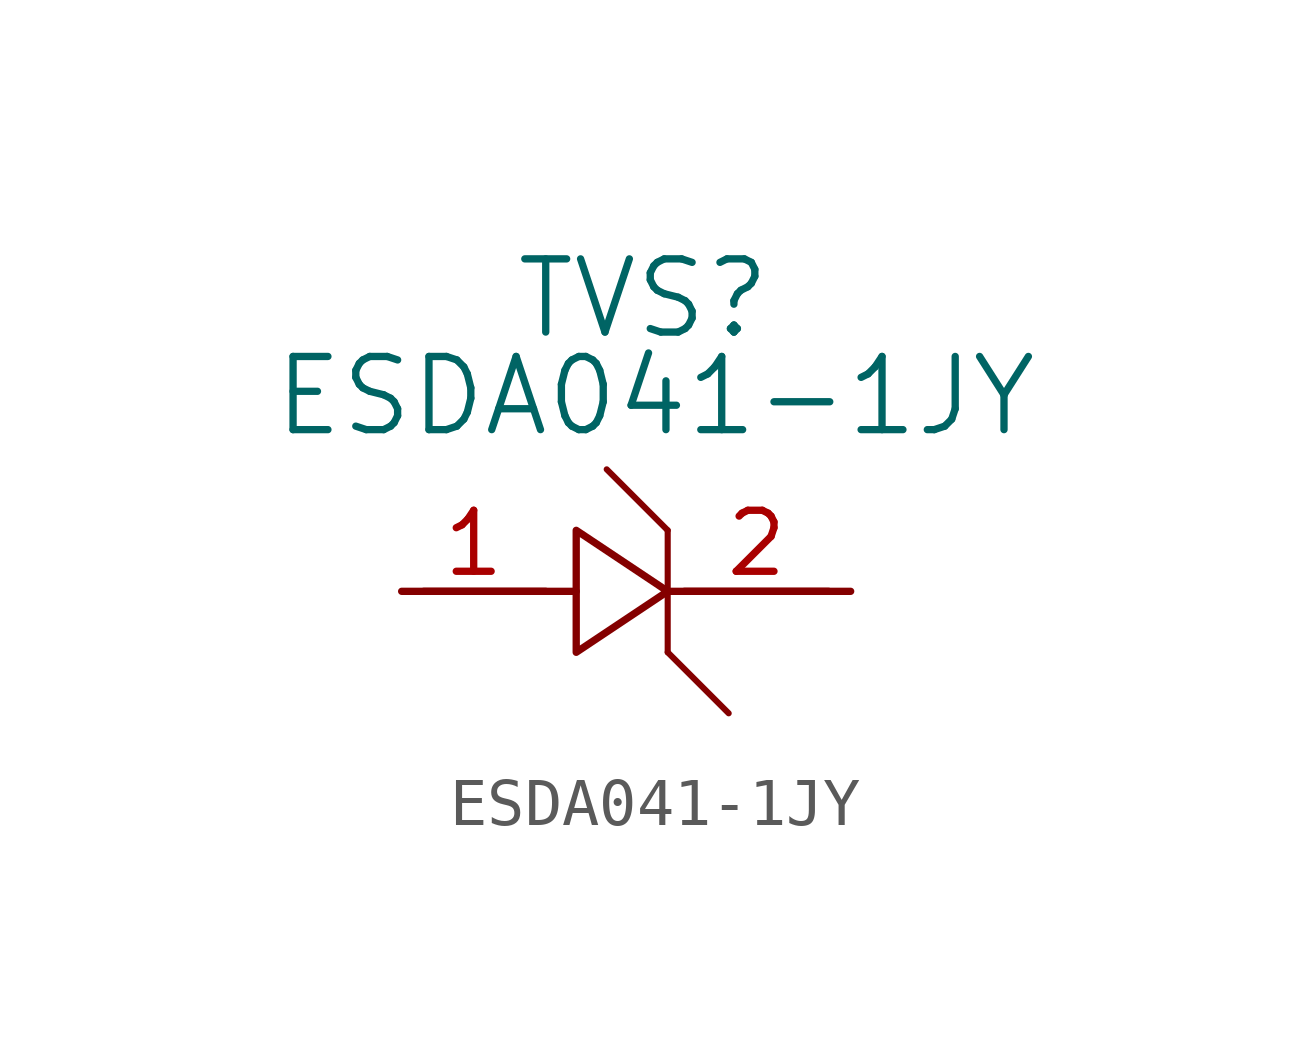
<source format=kicad_sym>
(kicad_symbol_lib
  (version 20241209)
  (generator "kicad_symbol_editor")
  (generator_version "9.0")
  (symbol "ESDA041-1JY"
    (pin_names
      (offset 0.254))
    (property "Reference" "TVS"
      (at -0.048 6.096 0)
      (effects (font (size 1.524 1.524))))
    (property "Value" "ESDA041-1JY"
      (at 0.206 4.064 0)
      (effects (font (size 1.524 1.524))))
    (symbol "ESDA041-1JY_0_1"
      (polyline (pts (xy -4.62 0) (xy -1.445 0)) (stroke (width 0) (type default)) (fill (type none)))
      (polyline (pts (xy 0.46 1.27) (xy -0.81 2.54)) (stroke (width 0.127) (type default)) (fill (type none)))
      (polyline (pts (xy 0.46 1.27) (xy 0.46 -1.27)) (stroke (width 0.127) (type default)) (fill (type none)))
      (polyline (pts (xy 0.46 0) (xy 4.27 0)) (stroke (width 0) (type default)) (fill (type none)))
      (polyline (pts (xy 0.46 0) (xy -1.445 1.27) (xy -1.445 -1.27) (xy 0.46 0)) (stroke (width 0) (type default)) (fill (type none)))
      (polyline (pts (xy 0.46 -1.27) (xy 1.73 -2.54)) (stroke (width 0.127) (type default)) (fill (type none))))
    (symbol "ESDA041-1JY_1_1"
      (pin passive line (at -5.08 0 0) (length 3) (name "" (effects (font (size 1.27 1.27)))) (number "1" (effects (font (size 1.27 1.27)))))
      (pin passive line (at 3.81 0 180) (length 3) (name "" (effects (font (size 1.27 1.27)))) (number "2" (effects (font (size 1.27 1.27))))))))
</source>
